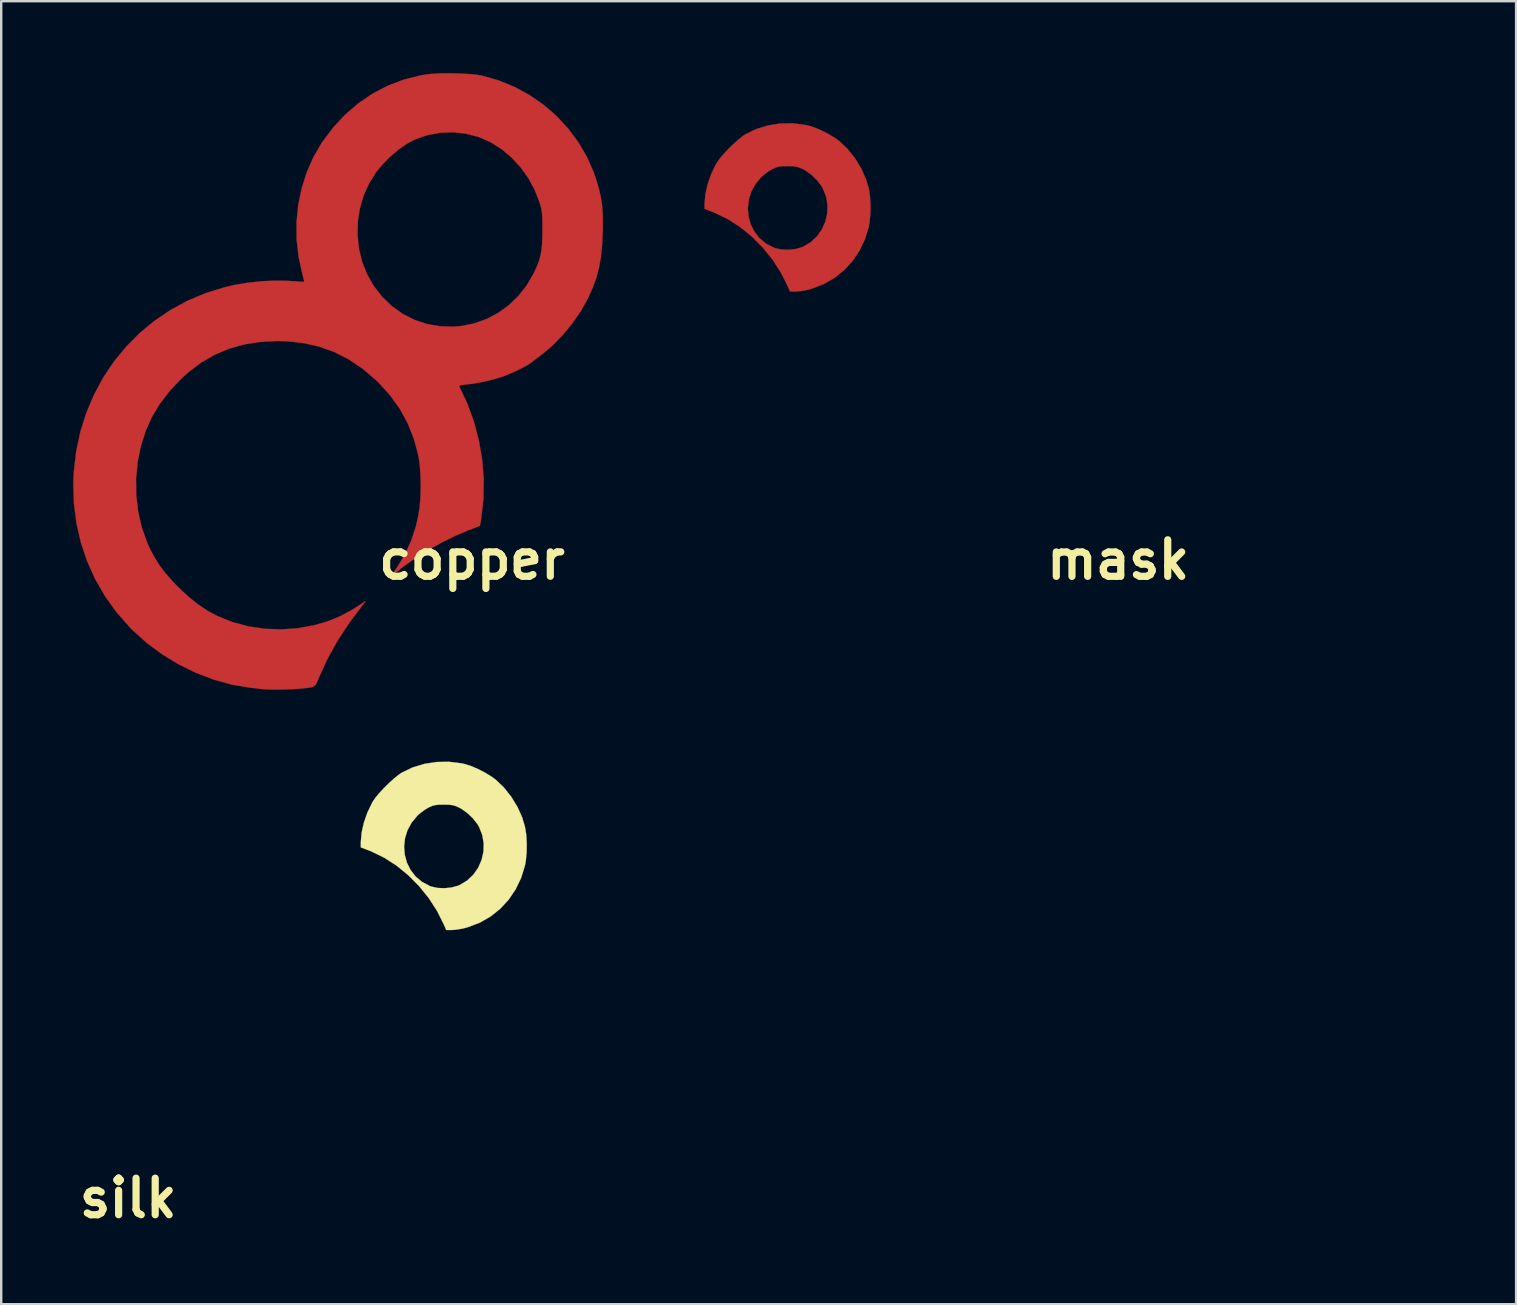
<source format=kicad_pcb>
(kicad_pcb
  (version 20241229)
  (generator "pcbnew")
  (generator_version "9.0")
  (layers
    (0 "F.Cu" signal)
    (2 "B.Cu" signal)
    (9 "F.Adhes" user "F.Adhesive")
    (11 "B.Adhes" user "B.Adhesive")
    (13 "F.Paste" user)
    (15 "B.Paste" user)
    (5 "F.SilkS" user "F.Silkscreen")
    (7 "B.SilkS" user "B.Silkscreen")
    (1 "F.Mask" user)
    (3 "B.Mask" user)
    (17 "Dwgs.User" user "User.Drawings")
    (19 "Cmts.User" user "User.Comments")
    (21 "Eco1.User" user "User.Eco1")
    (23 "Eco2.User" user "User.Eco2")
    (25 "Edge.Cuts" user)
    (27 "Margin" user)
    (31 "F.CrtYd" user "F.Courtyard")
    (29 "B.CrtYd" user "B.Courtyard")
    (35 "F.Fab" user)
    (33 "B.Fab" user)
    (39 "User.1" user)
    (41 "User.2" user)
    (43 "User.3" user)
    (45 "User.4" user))
  (footprint "silk"
    (layer "F.Cu")
    (at 2.293 46.884)
    (property "Reference" "silk" (at 0 0 0) (layer "F.SilkS") (effects (font (size 1.524 1.524) (thickness 0.3))))
    (attr through_hole)
    (fp_poly (pts (xy 13.887 -18.123) (xy 14.012 -18.096) (xy 14.278 -18.013) (xy 14.576 -17.886) (xy 14.877 -17.731) (xy 15.152 -17.562) (xy 15.316 -17.44) (xy 15.658 -17.114) (xy 15.965 -16.728) (xy 16.223 -16.303) (xy 16.422 -15.859) (xy 16.536 -15.473) (xy 16.587 -15.149) (xy 16.609 -14.783) (xy 16.604 -14.408) (xy 16.57 -14.059) (xy 16.537 -13.875) (xy 16.378 -13.355) (xy 16.149 -12.876) (xy 15.857 -12.444) (xy 15.506 -12.063) (xy 15.103 -11.741) (xy 14.653 -11.483) (xy 14.162 -11.296) (xy 14.037 -11.261) (xy 13.843 -11.219) (xy 13.646 -11.189) (xy 13.487 -11.176) (xy 13.478 -11.176) (xy 13.253 -11.176) (xy 13.158 -11.398) (xy 12.874 -11.966) (xy 12.526 -12.505) (xy 12.122 -13.006) (xy 11.672 -13.46) (xy 11.184 -13.859) (xy 10.667 -14.192) (xy 10.131 -14.452) (xy 10.044 -14.487) (xy 9.694 -14.62) (xy 9.694 -14.651) (xy 11.497 -14.651) (xy 11.525 -14.31) (xy 11.615 -13.983) (xy 11.766 -13.68) (xy 11.974 -13.41) (xy 12.24 -13.185) (xy 12.559 -13.014) (xy 12.628 -12.988) (xy 12.886 -12.93) (xy 13.181 -12.918) (xy 13.48 -12.949) (xy 13.749 -13.023) (xy 13.808 -13.048) (xy 14.121 -13.236) (xy 14.381 -13.48) (xy 14.584 -13.769) (xy 14.726 -14.091) (xy 14.805 -14.434) (xy 14.816 -14.787) (xy 14.756 -15.137) (xy 14.622 -15.473) (xy 14.557 -15.585) (xy 14.37 -15.826) (xy 14.136 -16.049) (xy 13.883 -16.229) (xy 13.768 -16.29) (xy 13.631 -16.347) (xy 13.505 -16.382) (xy 13.359 -16.398) (xy 13.161 -16.402) (xy 13.145 -16.402) (xy 12.944 -16.398) (xy 12.798 -16.383) (xy 12.675 -16.35) (xy 12.546 -16.295) (xy 12.523 -16.285) (xy 12.366 -16.192) (xy 12.193 -16.065) (xy 12.051 -15.94) (xy 11.809 -15.649) (xy 11.637 -15.33) (xy 11.534 -14.994) (xy 11.497 -14.651) (xy 9.694 -14.651) (xy 9.694 -14.841) (xy 9.727 -15.229) (xy 9.82 -15.645) (xy 9.967 -16.067) (xy 10.162 -16.473) (xy 10.194 -16.529) (xy 10.308 -16.695) (xy 10.473 -16.893) (xy 10.671 -17.106) (xy 10.886 -17.316) (xy 11.098 -17.507) (xy 11.291 -17.66) (xy 11.403 -17.734) (xy 11.848 -17.949) (xy 12.334 -18.098) (xy 12.846 -18.178) (xy 13.368 -18.186) (xy 13.887 -18.123)) (stroke (width 0.01) (type solid)) (fill yes) (layer "F.SilkS")))
  (footprint "mask"
    (layer "F.Cu")
    (at 43.547 20.28)
    (property "Reference" "mask" (at 0 0 0) (layer "F.SilkS") (effects (font (size 1.524 1.524) (thickness 0.3))))
    (attr through_hole)
    (fp_poly (pts (xy -0.671 -20.274) (xy -0.325 -20.261) (xy -0.021 -20.238) (xy 0.149 -20.215) (xy 0.852 -20.059) (xy 1.524 -19.825) (xy 2.163 -19.516) (xy 2.764 -19.133) (xy 3.324 -18.679) (xy 3.84 -18.156) (xy 4.308 -17.566) (xy 4.426 -17.396) (xy 4.759 -16.834) (xy 5.036 -16.232) (xy 5.25 -15.606) (xy 5.395 -14.977) (xy 5.448 -14.579) (xy 5.472 -14.321) (xy 5.828 -14.466) (xy 6.404 -14.661) (xy 7.018 -14.796) (xy 7.65 -14.869) (xy 8.281 -14.878) (xy 8.893 -14.822) (xy 9.258 -14.753) (xy 9.466 -14.694) (xy 9.722 -14.607) (xy 9.998 -14.501) (xy 10.268 -14.388) (xy 10.504 -14.278) (xy 10.623 -14.215) (xy 11.199 -13.843) (xy 11.726 -13.41) (xy 12.197 -12.922) (xy 12.609 -12.386) (xy 12.957 -11.811) (xy 13.234 -11.202) (xy 13.437 -10.566) (xy 13.55 -9.998) (xy 13.571 -9.775) (xy 13.581 -9.493) (xy 13.581 -9.176) (xy 13.573 -8.844) (xy 13.555 -8.522) (xy 13.53 -8.231) (xy 13.498 -7.992) (xy 13.483 -7.916) (xy 13.301 -7.262) (xy 13.053 -6.655) (xy 12.734 -6.087) (xy 12.34 -5.549) (xy 12.007 -5.176) (xy 11.532 -4.725) (xy 11.046 -4.353) (xy 10.538 -4.051) (xy 9.996 -3.814) (xy 9.408 -3.635) (xy 9.317 -3.614) (xy 9.044 -3.564) (xy 8.712 -3.525) (xy 8.347 -3.498) (xy 7.974 -3.485) (xy 7.62 -3.486) (xy 7.309 -3.502) (xy 7.176 -3.517) (xy 6.815 -3.583) (xy 6.423 -3.682) (xy 6.039 -3.802) (xy 5.742 -3.917) (xy 5.176 -4.206) (xy 4.643 -4.565) (xy 4.15 -4.986) (xy 3.705 -5.46) (xy 3.314 -5.978) (xy 2.984 -6.533) (xy 2.724 -7.114) (xy 2.539 -7.714) (xy 2.515 -7.822) (xy 2.479 -7.979) (xy 2.446 -8.097) (xy 2.422 -8.157) (xy 2.416 -8.16) (xy 2.37 -8.137) (xy 2.267 -8.084) (xy 2.122 -8.01) (xy 2.011 -7.953) (xy 1.38 -7.674) (xy 0.712 -7.466) (xy 0.023 -7.333) (xy -0.257 -7.301) (xy -0.578 -7.273) (xy -0.753 -7.568) (xy -1.129 -8.131) (xy -1.575 -8.683) (xy -1.956 -9.081) (xy 4.734 -9.081) (xy 4.772 -8.533) (xy 4.883 -8.028) (xy 5.069 -7.559) (xy 5.332 -7.122) (xy 5.674 -6.714) (xy 5.83 -6.561) (xy 6.222 -6.243) (xy 6.636 -6.004) (xy 7.079 -5.841) (xy 7.556 -5.753) (xy 8.076 -5.736) (xy 8.128 -5.738) (xy 8.352 -5.757) (xy 8.59 -5.79) (xy 8.797 -5.831) (xy 8.84 -5.843) (xy 9.318 -6.018) (xy 9.759 -6.265) (xy 10.156 -6.577) (xy 10.504 -6.946) (xy 10.794 -7.365) (xy 11.021 -7.826) (xy 11.178 -8.323) (xy 11.199 -8.422) (xy 11.236 -8.692) (xy 11.252 -9.011) (xy 11.247 -9.347) (xy 11.222 -9.672) (xy 11.178 -9.956) (xy 11.155 -10.054) (xy 10.989 -10.513) (xy 10.752 -10.952) (xy 10.454 -11.361) (xy 10.105 -11.729) (xy 9.716 -12.044) (xy 9.297 -12.294) (xy 8.968 -12.434) (xy 8.69 -12.506) (xy 8.36 -12.552) (xy 8.008 -12.572) (xy 7.663 -12.562) (xy 7.355 -12.522) (xy 7.315 -12.514) (xy 6.866 -12.372) (xy 6.433 -12.153) (xy 6.027 -11.864) (xy 5.658 -11.514) (xy 5.336 -11.109) (xy 5.279 -11.024) (xy 5.049 -10.62) (xy 4.886 -10.212) (xy 4.784 -9.781) (xy 4.738 -9.309) (xy 4.734 -9.081) (xy -1.956 -9.081) (xy -2.079 -9.209) (xy -2.625 -9.696) (xy -3.201 -10.129) (xy -3.568 -10.366) (xy -4.226 -10.726) (xy -4.913 -11.025) (xy -5.64 -11.267) (xy -6.42 -11.458) (xy -6.82 -11.533) (xy -6.973 -11.559) (xy -7.082 -11.971) (xy -7.235 -12.704) (xy -7.309 -13.44) (xy -7.309 -13.531) (xy -4.771 -13.531) (xy -4.712 -12.975) (xy -4.582 -12.431) (xy -4.378 -11.91) (xy -4.102 -11.422) (xy -4.093 -11.409) (xy -3.738 -10.954) (xy -3.334 -10.566) (xy -2.886 -10.246) (xy -2.401 -9.999) (xy -1.884 -9.825) (xy -1.341 -9.729) (xy -0.779 -9.712) (xy -0.465 -9.738) (xy 0.083 -9.845) (xy 0.604 -10.031) (xy 1.092 -10.288) (xy 1.541 -10.613) (xy 1.942 -11.001) (xy 2.289 -11.447) (xy 2.562 -11.917) (xy 2.69 -12.189) (xy 2.786 -12.433) (xy 2.854 -12.67) (xy 2.899 -12.919) (xy 2.925 -13.2) (xy 2.936 -13.536) (xy 2.937 -13.737) (xy 2.936 -14.016) (xy 2.932 -14.229) (xy 2.923 -14.393) (xy 2.908 -14.528) (xy 2.884 -14.65) (xy 2.85 -14.778) (xy 2.821 -14.878) (xy 2.622 -15.398) (xy 2.357 -15.889) (xy 2.034 -16.343) (xy 1.661 -16.749) (xy 1.246 -17.101) (xy 0.798 -17.387) (xy 0.324 -17.6) (xy 0.285 -17.614) (xy -0.248 -17.754) (xy -0.791 -17.814) (xy -1.335 -17.793) (xy -1.868 -17.692) (xy -2.381 -17.512) (xy -2.386 -17.509) (xy -2.714 -17.334) (xy -3.056 -17.096) (xy -3.394 -16.812) (xy -3.709 -16.497) (xy -3.983 -16.166) (xy -3.983 -16.166) (xy -4.284 -15.691) (xy -4.513 -15.181) (xy -4.671 -14.644) (xy -4.757 -14.091) (xy -4.771 -13.531) (xy -7.309 -13.531) (xy -7.306 -14.172) (xy -7.226 -14.892) (xy -7.071 -15.594) (xy -6.841 -16.269) (xy -6.539 -16.912) (xy -6.246 -17.396) (xy -5.791 -18.003) (xy -5.288 -18.545) (xy -4.739 -19.018) (xy -4.149 -19.42) (xy -3.52 -19.75) (xy -2.856 -20.004) (xy -2.161 -20.181) (xy -1.97 -20.215) (xy -1.708 -20.246) (xy -1.388 -20.266) (xy -1.034 -20.275) (xy -0.671 -20.274)) (stroke (width 0.01) (type solid)) (fill yes) (layer "F.Mask")))
  (footprint "copper"
    (layer "F.Cu")
    (at 16.619 20.276)
    (property "Reference" "copper" (at 0 0 0) (layer "F.SilkS") (effects (font (size 1.524 1.524) (thickness 0.3))))
    (attr through_hole)
    (fp_poly (pts (xy 13.887 -18.123) (xy 14.012 -18.096) (xy 14.278 -18.013) (xy 14.576 -17.886) (xy 14.877 -17.731) (xy 15.152 -17.562) (xy 15.316 -17.44) (xy 15.658 -17.114) (xy 15.965 -16.728) (xy 16.223 -16.303) (xy 16.422 -15.859) (xy 16.536 -15.473) (xy 16.587 -15.149) (xy 16.609 -14.783) (xy 16.604 -14.408) (xy 16.57 -14.059) (xy 16.537 -13.875) (xy 16.378 -13.355) (xy 16.149 -12.876) (xy 15.857 -12.444) (xy 15.506 -12.063) (xy 15.103 -11.741) (xy 14.653 -11.483) (xy 14.162 -11.296) (xy 14.037 -11.261) (xy 13.843 -11.219) (xy 13.646 -11.189) (xy 13.487 -11.176) (xy 13.478 -11.176) (xy 13.253 -11.176) (xy 13.158 -11.398) (xy 12.874 -11.966) (xy 12.526 -12.505) (xy 12.122 -13.006) (xy 11.672 -13.46) (xy 11.184 -13.859) (xy 10.667 -14.192) (xy 10.131 -14.452) (xy 10.044 -14.487) (xy 9.694 -14.62) (xy 9.694 -14.651) (xy 11.497 -14.651) (xy 11.525 -14.31) (xy 11.615 -13.983) (xy 11.766 -13.68) (xy 11.974 -13.41) (xy 12.24 -13.185) (xy 12.559 -13.014) (xy 12.628 -12.988) (xy 12.886 -12.93) (xy 13.181 -12.918) (xy 13.48 -12.949) (xy 13.749 -13.023) (xy 13.808 -13.048) (xy 14.121 -13.236) (xy 14.381 -13.48) (xy 14.584 -13.769) (xy 14.726 -14.091) (xy 14.805 -14.434) (xy 14.816 -14.787) (xy 14.756 -15.137) (xy 14.622 -15.473) (xy 14.557 -15.585) (xy 14.37 -15.826) (xy 14.136 -16.049) (xy 13.883 -16.229) (xy 13.768 -16.29) (xy 13.631 -16.347) (xy 13.505 -16.382) (xy 13.359 -16.398) (xy 13.161 -16.402) (xy 13.145 -16.402) (xy 12.944 -16.398) (xy 12.798 -16.383) (xy 12.675 -16.35) (xy 12.546 -16.295) (xy 12.523 -16.285) (xy 12.366 -16.192) (xy 12.193 -16.065) (xy 12.051 -15.94) (xy 11.809 -15.649) (xy 11.637 -15.33) (xy 11.534 -14.994) (xy 11.497 -14.651) (xy 9.694 -14.651) (xy 9.694 -14.841) (xy 9.727 -15.229) (xy 9.82 -15.645) (xy 9.967 -16.067) (xy 10.162 -16.473) (xy 10.194 -16.529) (xy 10.308 -16.695) (xy 10.473 -16.893) (xy 10.671 -17.106) (xy 10.886 -17.316) (xy 11.098 -17.507) (xy 11.291 -17.66) (xy 11.403 -17.734) (xy 11.848 -17.949) (xy 12.334 -18.098) (xy 12.846 -18.178) (xy 13.368 -18.186) (xy 13.887 -18.123)) (stroke (width 0.01) (type solid)) (fill yes) (layer "F.Cu"))
    (fp_poly (pts (xy -0.698 -20.268) (xy -0.351 -20.255) (xy -0.029 -20.233) (xy 0.246 -20.203) (xy 0.423 -20.172) (xy 1.119 -19.974) (xy 1.782 -19.701) (xy 2.409 -19.359) (xy 2.992 -18.954) (xy 3.527 -18.49) (xy 4.008 -17.971) (xy 4.43 -17.404) (xy 4.788 -16.794) (xy 5.075 -16.144) (xy 5.225 -15.691) (xy 5.311 -15.375) (xy 5.374 -15.087) (xy 5.418 -14.807) (xy 5.444 -14.513) (xy 5.455 -14.184) (xy 5.452 -13.801) (xy 5.448 -13.634) (xy 5.422 -13.084) (xy 5.371 -12.598) (xy 5.292 -12.156) (xy 5.18 -11.74) (xy 5.031 -11.331) (xy 4.84 -10.909) (xy 4.804 -10.835) (xy 4.524 -10.342) (xy 4.184 -9.852) (xy 3.801 -9.385) (xy 3.391 -8.96) (xy 2.971 -8.597) (xy 2.905 -8.547) (xy 2.746 -8.428) (xy 2.602 -8.319) (xy 2.493 -8.236) (xy 2.455 -8.206) (xy 2.332 -8.124) (xy 2.15 -8.022) (xy 1.928 -7.91) (xy 1.687 -7.799) (xy 1.447 -7.697) (xy 1.257 -7.625) (xy 0.893 -7.514) (xy 0.483 -7.416) (xy 0.066 -7.34) (xy -0.245 -7.301) (xy -0.392 -7.284) (xy -0.497 -7.265) (xy -0.54 -7.247) (xy -0.54 -7.245) (xy -0.193 -6.515) (xy 0.085 -5.746) (xy 0.293 -4.95) (xy 0.429 -4.138) (xy 0.491 -3.322) (xy 0.477 -2.511) (xy 0.386 -1.718) (xy 0.378 -1.671) (xy 0.332 -1.411) (xy -0.141 -1.23) (xy -0.688 -0.999) (xy -1.256 -0.719) (xy -1.819 -0.406) (xy -2.355 -0.07) (xy -2.839 0.272) (xy -3.013 0.408) (xy -3.151 0.518) (xy -3.261 0.603) (xy -3.329 0.652) (xy -3.344 0.659) (xy -3.322 0.619) (xy -3.262 0.525) (xy -3.174 0.395) (xy -3.117 0.31) (xy -2.793 -0.223) (xy -2.535 -0.788) (xy -2.336 -1.398) (xy -2.236 -1.83) (xy -2.182 -2.186) (xy -2.148 -2.593) (xy -2.135 -3.028) (xy -2.142 -3.464) (xy -2.169 -3.878) (xy -2.216 -4.243) (xy -2.239 -4.36) (xy -2.424 -5.046) (xy -2.679 -5.685) (xy -3.005 -6.283) (xy -3.406 -6.843) (xy -3.884 -7.371) (xy -4.006 -7.489) (xy -4.551 -7.955) (xy -5.12 -8.34) (xy -5.714 -8.646) (xy -6.34 -8.874) (xy -6.999 -9.026) (xy -7.697 -9.103) (xy -8.107 -9.114) (xy -8.824 -9.078) (xy -9.496 -8.972) (xy -10.127 -8.795) (xy -10.721 -8.543) (xy -11.283 -8.217) (xy -11.817 -7.813) (xy -12.111 -7.547) (xy -12.602 -7.028) (xy -13.013 -6.49) (xy -13.347 -5.928) (xy -13.583 -5.404) (xy -13.794 -4.748) (xy -13.933 -4.071) (xy -13.999 -3.383) (xy -13.992 -2.694) (xy -13.913 -2.014) (xy -13.763 -1.355) (xy -13.542 -0.727) (xy -13.394 -0.407) (xy -13.21 -0.067) (xy -13.014 0.243) (xy -12.789 0.541) (xy -12.522 0.848) (xy -12.236 1.146) (xy -11.811 1.545) (xy -11.399 1.875) (xy -10.984 2.147) (xy -10.6 2.35) (xy -9.977 2.6) (xy -9.321 2.776) (xy -8.64 2.878) (xy -7.946 2.904) (xy -7.248 2.854) (xy -6.58 2.732) (xy -6.015 2.568) (xy -5.489 2.353) (xy -4.978 2.076) (xy -4.67 1.877) (xy -4.533 1.783) (xy -4.457 1.736) (xy -4.434 1.731) (xy -4.456 1.766) (xy -4.505 1.827) (xy -5.097 2.607) (xy -5.607 3.385) (xy -6.037 4.163) (xy -6.371 4.898) (xy -6.434 5.054) (xy -6.485 5.165) (xy -6.54 5.241) (xy -6.613 5.291) (xy -6.719 5.322) (xy -6.874 5.344) (xy -7.092 5.366) (xy -7.191 5.375) (xy -7.413 5.392) (xy -7.678 5.404) (xy -7.962 5.41) (xy -8.241 5.411) (xy -8.491 5.407) (xy -8.689 5.396) (xy -8.742 5.391) (xy -8.84 5.38) (xy -8.996 5.362) (xy -9.181 5.34) (xy -9.267 5.33) (xy -10.018 5.202) (xy -10.767 4.995) (xy -11.504 4.713) (xy -12.219 4.363) (xy -12.903 3.948) (xy -13.544 3.475) (xy -14.133 2.947) (xy -14.248 2.831) (xy -14.806 2.196) (xy -15.292 1.52) (xy -15.705 0.804) (xy -16.042 0.054) (xy -16.303 -0.727) (xy -16.486 -1.536) (xy -16.59 -2.367) (xy -16.614 -3.217) (xy -16.593 -3.672) (xy -16.493 -4.521) (xy -16.318 -5.342) (xy -16.069 -6.129) (xy -15.751 -6.88) (xy -15.368 -7.591) (xy -14.921 -8.257) (xy -14.415 -8.875) (xy -13.853 -9.441) (xy -13.239 -9.951) (xy -12.575 -10.401) (xy -11.865 -10.787) (xy -11.113 -11.106) (xy -10.321 -11.352) (xy -9.896 -11.451) (xy -9.359 -11.542) (xy -8.794 -11.603) (xy -8.233 -11.631) (xy -7.707 -11.624) (xy -7.556 -11.615) (xy -7.351 -11.6) (xy -7.177 -11.589) (xy -7.053 -11.583) (xy -6.995 -11.582) (xy -6.992 -11.583) (xy -6.996 -11.625) (xy -7.02 -11.728) (xy -7.058 -11.873) (xy -7.071 -11.921) (xy -7.227 -12.627) (xy -7.307 -13.345) (xy -7.308 -13.531) (xy -4.771 -13.531) (xy -4.712 -12.975) (xy -4.582 -12.431) (xy -4.378 -11.91) (xy -4.102 -11.422) (xy -4.093 -11.409) (xy -3.738 -10.954) (xy -3.334 -10.566) (xy -2.886 -10.246) (xy -2.401 -9.999) (xy -1.884 -9.825) (xy -1.341 -9.729) (xy -0.779 -9.712) (xy -0.465 -9.738) (xy 0.083 -9.845) (xy 0.604 -10.031) (xy 1.092 -10.288) (xy 1.541 -10.613) (xy 1.942 -11.001) (xy 2.289 -11.447) (xy 2.562 -11.917) (xy 2.69 -12.189) (xy 2.786 -12.433) (xy 2.854 -12.67) (xy 2.899 -12.919) (xy 2.925 -13.2) (xy 2.936 -13.536) (xy 2.937 -13.737) (xy 2.936 -14.016) (xy 2.932 -14.229) (xy 2.923 -14.393) (xy 2.908 -14.528) (xy 2.884 -14.65) (xy 2.85 -14.778) (xy 2.821 -14.878) (xy 2.622 -15.398) (xy 2.357 -15.889) (xy 2.034 -16.343) (xy 1.661 -16.749) (xy 1.246 -17.101) (xy 0.798 -17.387) (xy 0.324 -17.6) (xy 0.285 -17.614) (xy -0.248 -17.754) (xy -0.791 -17.814) (xy -1.335 -17.793) (xy -1.868 -17.692) (xy -2.381 -17.512) (xy -2.386 -17.509) (xy -2.714 -17.334) (xy -3.056 -17.096) (xy -3.394 -16.812) (xy -3.709 -16.497) (xy -3.983 -16.166) (xy -3.983 -16.166) (xy -4.284 -15.691) (xy -4.513 -15.181) (xy -4.671 -14.644) (xy -4.757 -14.091) (xy -4.771 -13.531) (xy -7.308 -13.531) (xy -7.311 -14.066) (xy -7.24 -14.781) (xy -7.097 -15.481) (xy -6.882 -16.157) (xy -6.597 -16.8) (xy -6.246 -17.396) (xy -5.789 -18.006) (xy -5.285 -18.549) (xy -4.735 -19.022) (xy -4.143 -19.424) (xy -3.512 -19.753) (xy -2.843 -20.007) (xy -2.141 -20.184) (xy -1.93 -20.221) (xy -1.687 -20.248) (xy -1.387 -20.265) (xy -1.05 -20.271) (xy -0.698 -20.268)) (stroke (width 0.01) (type solid)) (fill yes) (layer "F.Cu")))
  (gr_rect
    (start -3 -3)
    (end 60.133 51.302)
    (stroke (width 0.1) (type default))
    (fill no)
    (layer "Edge.Cuts")))
</source>
